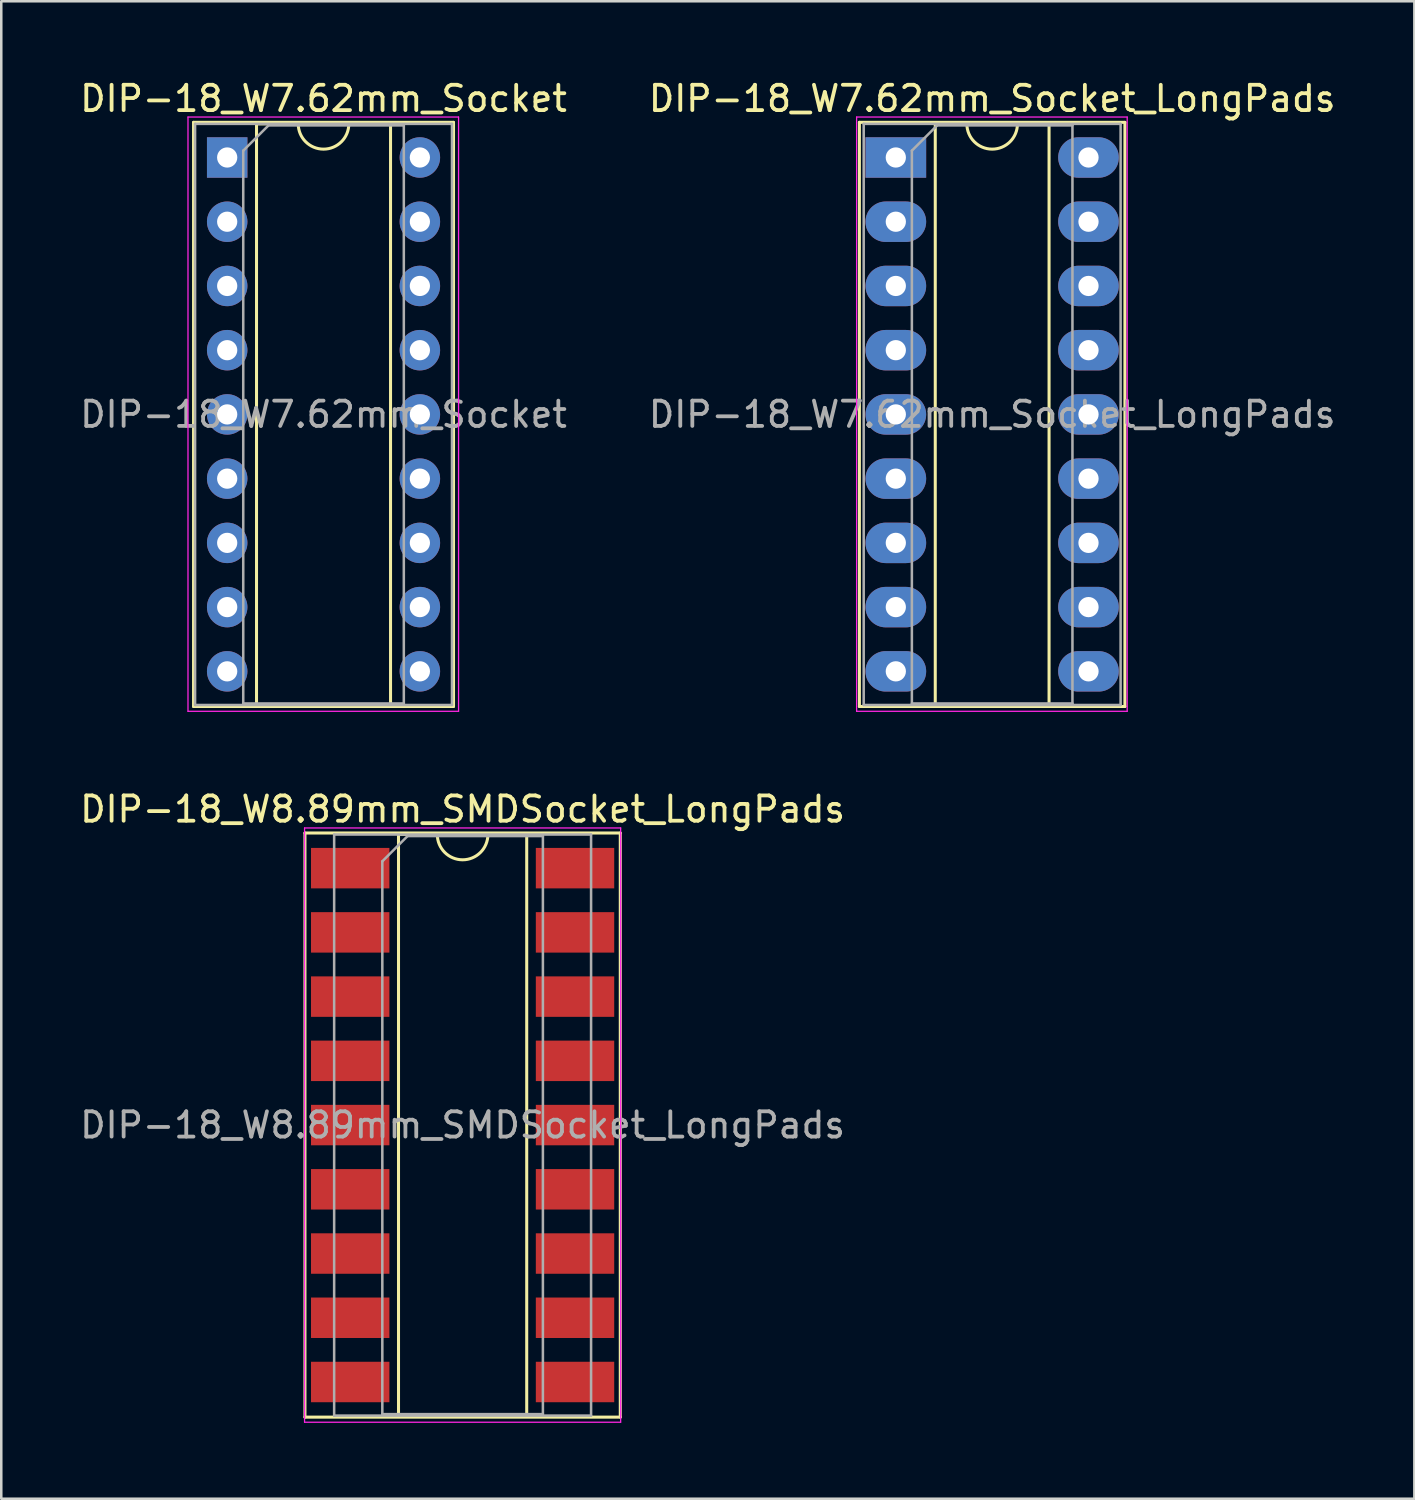
<source format=kicad_pcb>
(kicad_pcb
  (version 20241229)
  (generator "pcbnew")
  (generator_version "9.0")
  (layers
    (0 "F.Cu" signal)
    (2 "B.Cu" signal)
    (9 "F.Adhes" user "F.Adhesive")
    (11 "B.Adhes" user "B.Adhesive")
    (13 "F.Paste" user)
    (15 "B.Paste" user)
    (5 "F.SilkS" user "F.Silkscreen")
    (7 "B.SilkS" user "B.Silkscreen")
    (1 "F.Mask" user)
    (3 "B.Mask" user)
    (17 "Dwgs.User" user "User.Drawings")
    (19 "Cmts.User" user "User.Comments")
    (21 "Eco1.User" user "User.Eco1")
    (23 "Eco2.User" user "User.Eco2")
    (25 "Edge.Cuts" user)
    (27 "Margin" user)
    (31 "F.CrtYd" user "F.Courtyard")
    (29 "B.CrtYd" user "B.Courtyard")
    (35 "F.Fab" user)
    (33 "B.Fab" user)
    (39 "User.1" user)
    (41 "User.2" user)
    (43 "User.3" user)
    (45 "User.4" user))
  (footprint "DIP-18_W7.62mm_Socket_LongPads"
    (layer "F.Cu")
    (at 32.375 3.178)
    (property "Reference" "DIP-18_W7.62mm_Socket_LongPads" (at 3.81 -2.33 0) (layer "F.SilkS") (effects (font (size 1 1) (thickness 0.15))))
    (attr through_hole)
    (fp_line (start -1.44 -1.39) (end -1.44 21.71) (stroke (width 0.12) (type solid)) (layer "F.SilkS"))
    (fp_line (start -1.44 21.71) (end 9.06 21.71) (stroke (width 0.12) (type solid)) (layer "F.SilkS"))
    (fp_line (start 1.56 -1.33) (end 1.56 21.65) (stroke (width 0.12) (type solid)) (layer "F.SilkS"))
    (fp_line (start 1.56 21.65) (end 6.06 21.65) (stroke (width 0.12) (type solid)) (layer "F.SilkS"))
    (fp_line (start 2.81 -1.33) (end 1.56 -1.33) (stroke (width 0.12) (type solid)) (layer "F.SilkS"))
    (fp_line (start 6.06 -1.33) (end 4.81 -1.33) (stroke (width 0.12) (type solid)) (layer "F.SilkS"))
    (fp_line (start 6.06 21.65) (end 6.06 -1.33) (stroke (width 0.12) (type solid)) (layer "F.SilkS"))
    (fp_line (start 9.06 -1.39) (end -1.44 -1.39) (stroke (width 0.12) (type solid)) (layer "F.SilkS"))
    (fp_line (start 9.06 21.71) (end 9.06 -1.39) (stroke (width 0.12) (type solid)) (layer "F.SilkS"))
    (fp_arc (start 4.81 -1.33) (mid 3.81 -0.33) (end 2.81 -1.33) (stroke (width 0.12) (type solid)) (layer "F.SilkS"))
    (fp_line (start -1.55 -1.6) (end -1.55 21.9) (stroke (width 0.05) (type solid)) (layer "F.CrtYd"))
    (fp_line (start -1.55 21.9) (end 9.15 21.9) (stroke (width 0.05) (type solid)) (layer "F.CrtYd"))
    (fp_line (start 9.15 -1.6) (end -1.55 -1.6) (stroke (width 0.05) (type solid)) (layer "F.CrtYd"))
    (fp_line (start 9.15 21.9) (end 9.15 -1.6) (stroke (width 0.05) (type solid)) (layer "F.CrtYd"))
    (fp_line (start -1.27 -1.33) (end -1.27 21.65) (stroke (width 0.1) (type solid)) (layer "F.Fab"))
    (fp_line (start -1.27 21.65) (end 8.89 21.65) (stroke (width 0.1) (type solid)) (layer "F.Fab"))
    (fp_line (start 0.635 -0.27) (end 1.635 -1.27) (stroke (width 0.1) (type solid)) (layer "F.Fab"))
    (fp_line (start 0.635 21.59) (end 0.635 -0.27) (stroke (width 0.1) (type solid)) (layer "F.Fab"))
    (fp_line (start 1.635 -1.27) (end 6.985 -1.27) (stroke (width 0.1) (type solid)) (layer "F.Fab"))
    (fp_line (start 6.985 -1.27) (end 6.985 21.59) (stroke (width 0.1) (type solid)) (layer "F.Fab"))
    (fp_line (start 6.985 21.59) (end 0.635 21.59) (stroke (width 0.1) (type solid)) (layer "F.Fab"))
    (fp_line (start 8.89 -1.33) (end -1.27 -1.33) (stroke (width 0.1) (type solid)) (layer "F.Fab"))
    (fp_line (start 8.89 21.65) (end 8.89 -1.33) (stroke (width 0.1) (type solid)) (layer "F.Fab"))
    (fp_text user "${REFERENCE}" (at 3.81 10.16 0) (layer "F.Fab") (effects (font (size 1 1) (thickness 0.15))))
    (pad "1" thru_hole rect (at 0 0) (size 2.4 1.6) (drill 0.8) (layers "*.Cu" "*.Mask"))
    (pad "2" thru_hole oval (at 0 2.54) (size 2.4 1.6) (drill 0.8) (layers "*.Cu" "*.Mask"))
    (pad "3" thru_hole oval (at 0 5.08) (size 2.4 1.6) (drill 0.8) (layers "*.Cu" "*.Mask"))
    (pad "4" thru_hole oval (at 0 7.62) (size 2.4 1.6) (drill 0.8) (layers "*.Cu" "*.Mask"))
    (pad "5" thru_hole oval (at 0 10.16) (size 2.4 1.6) (drill 0.8) (layers "*.Cu" "*.Mask"))
    (pad "6" thru_hole oval (at 0 12.7) (size 2.4 1.6) (drill 0.8) (layers "*.Cu" "*.Mask"))
    (pad "7" thru_hole oval (at 0 15.24) (size 2.4 1.6) (drill 0.8) (layers "*.Cu" "*.Mask"))
    (pad "8" thru_hole oval (at 0 17.78) (size 2.4 1.6) (drill 0.8) (layers "*.Cu" "*.Mask"))
    (pad "9" thru_hole oval (at 0 20.32) (size 2.4 1.6) (drill 0.8) (layers "*.Cu" "*.Mask"))
    (pad "10" thru_hole oval (at 7.62 20.32) (size 2.4 1.6) (drill 0.8) (layers "*.Cu" "*.Mask"))
    (pad "11" thru_hole oval (at 7.62 17.78) (size 2.4 1.6) (drill 0.8) (layers "*.Cu" "*.Mask"))
    (pad "12" thru_hole oval (at 7.62 15.24) (size 2.4 1.6) (drill 0.8) (layers "*.Cu" "*.Mask"))
    (pad "13" thru_hole oval (at 7.62 12.7) (size 2.4 1.6) (drill 0.8) (layers "*.Cu" "*.Mask"))
    (pad "14" thru_hole oval (at 7.62 10.16) (size 2.4 1.6) (drill 0.8) (layers "*.Cu" "*.Mask"))
    (pad "15" thru_hole oval (at 7.62 7.62) (size 2.4 1.6) (drill 0.8) (layers "*.Cu" "*.Mask"))
    (pad "16" thru_hole oval (at 7.62 5.08) (size 2.4 1.6) (drill 0.8) (layers "*.Cu" "*.Mask"))
    (pad "17" thru_hole oval (at 7.62 2.54) (size 2.4 1.6) (drill 0.8) (layers "*.Cu" "*.Mask"))
    (pad "18" thru_hole oval (at 7.62 0) (size 2.4 1.6) (drill 0.8) (layers "*.Cu" "*.Mask")))
  (footprint "DIP-18_W8.89mm_SMDSocket_LongPads"
    (layer "F.Cu")
    (at 15.244 41.441)
    (property "Reference" "DIP-18_W8.89mm_SMDSocket_LongPads" (at 0 -12.49 0) (layer "F.SilkS") (effects (font (size 1 1) (thickness 0.15))))
    (attr smd)
    (fp_line (start -6.235 -11.55) (end -6.235 11.55) (stroke (width 0.12) (type solid)) (layer "F.SilkS"))
    (fp_line (start -6.235 11.55) (end 6.235 11.55) (stroke (width 0.12) (type solid)) (layer "F.SilkS"))
    (fp_line (start -2.535 -11.49) (end -2.535 11.49) (stroke (width 0.12) (type solid)) (layer "F.SilkS"))
    (fp_line (start -2.535 11.49) (end 2.535 11.49) (stroke (width 0.12) (type solid)) (layer "F.SilkS"))
    (fp_line (start -1 -11.49) (end -2.535 -11.49) (stroke (width 0.12) (type solid)) (layer "F.SilkS"))
    (fp_line (start 2.535 -11.49) (end 1 -11.49) (stroke (width 0.12) (type solid)) (layer "F.SilkS"))
    (fp_line (start 2.535 11.49) (end 2.535 -11.49) (stroke (width 0.12) (type solid)) (layer "F.SilkS"))
    (fp_line (start 6.235 -11.55) (end -6.235 -11.55) (stroke (width 0.12) (type solid)) (layer "F.SilkS"))
    (fp_line (start 6.235 11.55) (end 6.235 -11.55) (stroke (width 0.12) (type solid)) (layer "F.SilkS"))
    (fp_arc (start 1 -11.49) (mid 0 -10.49) (end -1 -11.49) (stroke (width 0.12) (type solid)) (layer "F.SilkS"))
    (fp_line (start -6.25 -11.75) (end -6.25 11.75) (stroke (width 0.05) (type solid)) (layer "F.CrtYd"))
    (fp_line (start -6.25 11.75) (end 6.25 11.75) (stroke (width 0.05) (type solid)) (layer "F.CrtYd"))
    (fp_line (start 6.25 -11.75) (end -6.25 -11.75) (stroke (width 0.05) (type solid)) (layer "F.CrtYd"))
    (fp_line (start 6.25 11.75) (end 6.25 -11.75) (stroke (width 0.05) (type solid)) (layer "F.CrtYd"))
    (fp_line (start -5.08 -11.49) (end -5.08 11.49) (stroke (width 0.1) (type solid)) (layer "F.Fab"))
    (fp_line (start -5.08 11.49) (end 5.08 11.49) (stroke (width 0.1) (type solid)) (layer "F.Fab"))
    (fp_line (start -3.175 -10.43) (end -2.175 -11.43) (stroke (width 0.1) (type solid)) (layer "F.Fab"))
    (fp_line (start -3.175 11.43) (end -3.175 -10.43) (stroke (width 0.1) (type solid)) (layer "F.Fab"))
    (fp_line (start -2.175 -11.43) (end 3.175 -11.43) (stroke (width 0.1) (type solid)) (layer "F.Fab"))
    (fp_line (start 3.175 -11.43) (end 3.175 11.43) (stroke (width 0.1) (type solid)) (layer "F.Fab"))
    (fp_line (start 3.175 11.43) (end -3.175 11.43) (stroke (width 0.1) (type solid)) (layer "F.Fab"))
    (fp_line (start 5.08 -11.49) (end -5.08 -11.49) (stroke (width 0.1) (type solid)) (layer "F.Fab"))
    (fp_line (start 5.08 11.49) (end 5.08 -11.49) (stroke (width 0.1) (type solid)) (layer "F.Fab"))
    (fp_text user "${REFERENCE}" (at 0 0 0) (layer "F.Fab") (effects (font (size 1 1) (thickness 0.15))))
    (pad "1" smd rect (at -4.445 -10.16) (size 3.1 1.6) (layers "F.Cu" "F.Mask" "F.Paste"))
    (pad "2" smd rect (at -4.445 -7.62) (size 3.1 1.6) (layers "F.Cu" "F.Mask" "F.Paste"))
    (pad "3" smd rect (at -4.445 -5.08) (size 3.1 1.6) (layers "F.Cu" "F.Mask" "F.Paste"))
    (pad "4" smd rect (at -4.445 -2.54) (size 3.1 1.6) (layers "F.Cu" "F.Mask" "F.Paste"))
    (pad "5" smd rect (at -4.445 0) (size 3.1 1.6) (layers "F.Cu" "F.Mask" "F.Paste"))
    (pad "6" smd rect (at -4.445 2.54) (size 3.1 1.6) (layers "F.Cu" "F.Mask" "F.Paste"))
    (pad "7" smd rect (at -4.445 5.08) (size 3.1 1.6) (layers "F.Cu" "F.Mask" "F.Paste"))
    (pad "8" smd rect (at -4.445 7.62) (size 3.1 1.6) (layers "F.Cu" "F.Mask" "F.Paste"))
    (pad "9" smd rect (at -4.445 10.16) (size 3.1 1.6) (layers "F.Cu" "F.Mask" "F.Paste"))
    (pad "10" smd rect (at 4.445 10.16) (size 3.1 1.6) (layers "F.Cu" "F.Mask" "F.Paste"))
    (pad "11" smd rect (at 4.445 7.62) (size 3.1 1.6) (layers "F.Cu" "F.Mask" "F.Paste"))
    (pad "12" smd rect (at 4.445 5.08) (size 3.1 1.6) (layers "F.Cu" "F.Mask" "F.Paste"))
    (pad "13" smd rect (at 4.445 2.54) (size 3.1 1.6) (layers "F.Cu" "F.Mask" "F.Paste"))
    (pad "14" smd rect (at 4.445 0) (size 3.1 1.6) (layers "F.Cu" "F.Mask" "F.Paste"))
    (pad "15" smd rect (at 4.445 -2.54) (size 3.1 1.6) (layers "F.Cu" "F.Mask" "F.Paste"))
    (pad "16" smd rect (at 4.445 -5.08) (size 3.1 1.6) (layers "F.Cu" "F.Mask" "F.Paste"))
    (pad "17" smd rect (at 4.445 -7.62) (size 3.1 1.6) (layers "F.Cu" "F.Mask" "F.Paste"))
    (pad "18" smd rect (at 4.445 -10.16) (size 3.1 1.6) (layers "F.Cu" "F.Mask" "F.Paste")))
  (footprint "DIP-18_W7.62mm_Socket"
    (layer "F.Cu")
    (at 5.934 3.178)
    (property "Reference" "DIP-18_W7.62mm_Socket" (at 3.81 -2.33 0) (layer "F.SilkS") (effects (font (size 1 1) (thickness 0.15))))
    (attr through_hole)
    (fp_line (start -1.33 -1.39) (end -1.33 21.71) (stroke (width 0.12) (type solid)) (layer "F.SilkS"))
    (fp_line (start -1.33 21.71) (end 8.95 21.71) (stroke (width 0.12) (type solid)) (layer "F.SilkS"))
    (fp_line (start 1.16 -1.33) (end 1.16 21.65) (stroke (width 0.12) (type solid)) (layer "F.SilkS"))
    (fp_line (start 1.16 21.65) (end 6.46 21.65) (stroke (width 0.12) (type solid)) (layer "F.SilkS"))
    (fp_line (start 2.81 -1.33) (end 1.16 -1.33) (stroke (width 0.12) (type solid)) (layer "F.SilkS"))
    (fp_line (start 6.46 -1.33) (end 4.81 -1.33) (stroke (width 0.12) (type solid)) (layer "F.SilkS"))
    (fp_line (start 6.46 21.65) (end 6.46 -1.33) (stroke (width 0.12) (type solid)) (layer "F.SilkS"))
    (fp_line (start 8.95 -1.39) (end -1.33 -1.39) (stroke (width 0.12) (type solid)) (layer "F.SilkS"))
    (fp_line (start 8.95 21.71) (end 8.95 -1.39) (stroke (width 0.12) (type solid)) (layer "F.SilkS"))
    (fp_arc (start 4.81 -1.33) (mid 3.81 -0.33) (end 2.81 -1.33) (stroke (width 0.12) (type solid)) (layer "F.SilkS"))
    (fp_line (start -1.55 -1.6) (end -1.55 21.9) (stroke (width 0.05) (type solid)) (layer "F.CrtYd"))
    (fp_line (start -1.55 21.9) (end 9.15 21.9) (stroke (width 0.05) (type solid)) (layer "F.CrtYd"))
    (fp_line (start 9.15 -1.6) (end -1.55 -1.6) (stroke (width 0.05) (type solid)) (layer "F.CrtYd"))
    (fp_line (start 9.15 21.9) (end 9.15 -1.6) (stroke (width 0.05) (type solid)) (layer "F.CrtYd"))
    (fp_line (start -1.27 -1.33) (end -1.27 21.65) (stroke (width 0.1) (type solid)) (layer "F.Fab"))
    (fp_line (start -1.27 21.65) (end 8.89 21.65) (stroke (width 0.1) (type solid)) (layer "F.Fab"))
    (fp_line (start 0.635 -0.27) (end 1.635 -1.27) (stroke (width 0.1) (type solid)) (layer "F.Fab"))
    (fp_line (start 0.635 21.59) (end 0.635 -0.27) (stroke (width 0.1) (type solid)) (layer "F.Fab"))
    (fp_line (start 1.635 -1.27) (end 6.985 -1.27) (stroke (width 0.1) (type solid)) (layer "F.Fab"))
    (fp_line (start 6.985 -1.27) (end 6.985 21.59) (stroke (width 0.1) (type solid)) (layer "F.Fab"))
    (fp_line (start 6.985 21.59) (end 0.635 21.59) (stroke (width 0.1) (type solid)) (layer "F.Fab"))
    (fp_line (start 8.89 -1.33) (end -1.27 -1.33) (stroke (width 0.1) (type solid)) (layer "F.Fab"))
    (fp_line (start 8.89 21.65) (end 8.89 -1.33) (stroke (width 0.1) (type solid)) (layer "F.Fab"))
    (fp_text user "${REFERENCE}" (at 3.81 10.16 0) (layer "F.Fab") (effects (font (size 1 1) (thickness 0.15))))
    (pad "1" thru_hole rect (at 0 0) (size 1.6 1.6) (drill 0.8) (layers "*.Cu" "*.Mask"))
    (pad "2" thru_hole oval (at 0 2.54) (size 1.6 1.6) (drill 0.8) (layers "*.Cu" "*.Mask"))
    (pad "3" thru_hole oval (at 0 5.08) (size 1.6 1.6) (drill 0.8) (layers "*.Cu" "*.Mask"))
    (pad "4" thru_hole oval (at 0 7.62) (size 1.6 1.6) (drill 0.8) (layers "*.Cu" "*.Mask"))
    (pad "5" thru_hole oval (at 0 10.16) (size 1.6 1.6) (drill 0.8) (layers "*.Cu" "*.Mask"))
    (pad "6" thru_hole oval (at 0 12.7) (size 1.6 1.6) (drill 0.8) (layers "*.Cu" "*.Mask"))
    (pad "7" thru_hole oval (at 0 15.24) (size 1.6 1.6) (drill 0.8) (layers "*.Cu" "*.Mask"))
    (pad "8" thru_hole oval (at 0 17.78) (size 1.6 1.6) (drill 0.8) (layers "*.Cu" "*.Mask"))
    (pad "9" thru_hole oval (at 0 20.32) (size 1.6 1.6) (drill 0.8) (layers "*.Cu" "*.Mask"))
    (pad "10" thru_hole oval (at 7.62 20.32) (size 1.6 1.6) (drill 0.8) (layers "*.Cu" "*.Mask"))
    (pad "11" thru_hole oval (at 7.62 17.78) (size 1.6 1.6) (drill 0.8) (layers "*.Cu" "*.Mask"))
    (pad "12" thru_hole oval (at 7.62 15.24) (size 1.6 1.6) (drill 0.8) (layers "*.Cu" "*.Mask"))
    (pad "13" thru_hole oval (at 7.62 12.7) (size 1.6 1.6) (drill 0.8) (layers "*.Cu" "*.Mask"))
    (pad "14" thru_hole oval (at 7.62 10.16) (size 1.6 1.6) (drill 0.8) (layers "*.Cu" "*.Mask"))
    (pad "15" thru_hole oval (at 7.62 7.62) (size 1.6 1.6) (drill 0.8) (layers "*.Cu" "*.Mask"))
    (pad "16" thru_hole oval (at 7.62 5.08) (size 1.6 1.6) (drill 0.8) (layers "*.Cu" "*.Mask"))
    (pad "17" thru_hole oval (at 7.62 2.54) (size 1.6 1.6) (drill 0.8) (layers "*.Cu" "*.Mask"))
    (pad "18" thru_hole oval (at 7.62 0) (size 1.6 1.6) (drill 0.8) (layers "*.Cu" "*.Mask")))
  (gr_rect
    (start -3 -3)
    (end 52.881 56.217)
    (stroke (width 0.1) (type default))
    (fill no)
    (layer "Edge.Cuts")))
</source>
